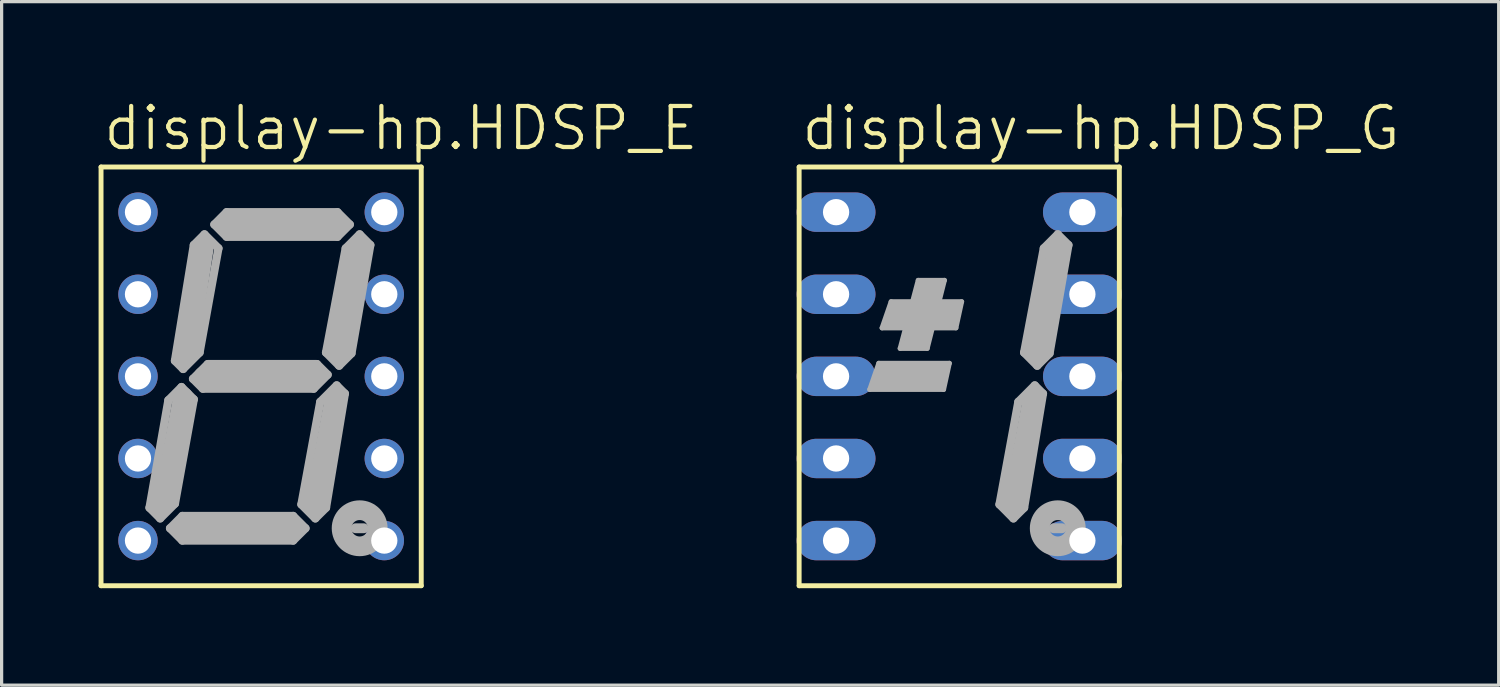
<source format=kicad_pcb>
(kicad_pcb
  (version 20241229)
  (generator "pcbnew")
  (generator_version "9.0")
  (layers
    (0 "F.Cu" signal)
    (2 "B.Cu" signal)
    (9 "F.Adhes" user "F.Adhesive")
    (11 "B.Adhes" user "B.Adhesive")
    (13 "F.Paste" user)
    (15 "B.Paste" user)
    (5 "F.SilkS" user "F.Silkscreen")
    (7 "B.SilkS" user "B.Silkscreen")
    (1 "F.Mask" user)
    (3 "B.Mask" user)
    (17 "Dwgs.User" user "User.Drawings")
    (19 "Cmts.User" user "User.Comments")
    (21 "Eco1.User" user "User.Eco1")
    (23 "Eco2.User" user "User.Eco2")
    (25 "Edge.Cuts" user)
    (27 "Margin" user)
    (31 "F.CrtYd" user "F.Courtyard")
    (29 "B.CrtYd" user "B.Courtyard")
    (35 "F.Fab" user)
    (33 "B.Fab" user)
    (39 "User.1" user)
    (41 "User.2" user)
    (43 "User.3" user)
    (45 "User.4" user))
  (footprint "display-hp.HDSP_G"
    (layer "F.Cu")
    (at 26.626 8.594)
    (property "Reference" "display-hp.HDSP_G" (at -4.953 -6.934 0) (layer "F.SilkS") (effects (font (size 1.27 1.27) (thickness 0.13)) (justify left bottom)))
    (attr through_hole)
    (fp_line (start -4.953 -6.477) (end 4.953 -6.477) (stroke (width 0.152) (type default)) (layer "F.SilkS"))
    (fp_line (start -4.953 6.477) (end -4.953 -6.477) (stroke (width 0.152) (type default)) (layer "F.SilkS"))
    (fp_line (start 4.953 -6.477) (end 4.953 6.477) (stroke (width 0.152) (type default)) (layer "F.SilkS"))
    (fp_line (start 4.953 6.477) (end -4.953 6.477) (stroke (width 0.152) (type default)) (layer "F.SilkS"))
    (fp_line (start -2.769 0.406) (end -0.483 0.406) (stroke (width 0.152) (type default)) (layer "F.Fab"))
    (fp_line (start -2.616 0.305) (end -2.388 0.305) (stroke (width 0.254) (type default)) (layer "F.Fab"))
    (fp_line (start -2.489 -0.406) (end -2.769 0.406) (stroke (width 0.152) (type default)) (layer "F.Fab"))
    (fp_line (start -2.388 -1.499) (end -0.102 -1.499) (stroke (width 0.152) (type default)) (layer "F.Fab"))
    (fp_line (start -2.388 -0.279) (end -2.616 0.305) (stroke (width 0.254) (type default)) (layer "F.Fab"))
    (fp_line (start -2.337 -0.279) (end -2.388 -0.279) (stroke (width 0.254) (type default)) (layer "F.Fab"))
    (fp_line (start -2.235 -1.626) (end -2.032 -2.21) (stroke (width 0.254) (type default)) (layer "F.Fab"))
    (fp_line (start -2.108 -2.311) (end -2.388 -1.499) (stroke (width 0.152) (type default)) (layer "F.Fab"))
    (fp_line (start -1.956 -1.626) (end -2.235 -1.626) (stroke (width 0.254) (type default)) (layer "F.Fab"))
    (fp_line (start -1.27 -2.972) (end -1.829 -0.864) (stroke (width 0.152) (type default)) (layer "F.Fab"))
    (fp_line (start -1.245 -2.692) (end -1.194 -2.845) (stroke (width 0.254) (type default)) (layer "F.Fab"))
    (fp_line (start -1.194 -2.845) (end -0.584 -2.845) (stroke (width 0.254) (type default)) (layer "F.Fab"))
    (fp_line (start -1.067 -0.991) (end -1.702 -0.991) (stroke (width 0.254) (type default)) (layer "F.Fab"))
    (fp_line (start -0.991 -0.864) (end -1.829 -0.864) (stroke (width 0.152) (type default)) (layer "F.Fab"))
    (fp_line (start -0.991 -0.864) (end -0.457 -2.972) (stroke (width 0.152) (type default)) (layer "F.Fab"))
    (fp_line (start -0.965 -2.565) (end -1.321 -1.245) (stroke (width 0.813) (type default)) (layer "F.Fab"))
    (fp_line (start -0.762 0) (end -2.21 0) (stroke (width 0.813) (type default)) (layer "F.Fab"))
    (fp_line (start -0.711 -0.305) (end -0.432 -0.305) (stroke (width 0.254) (type default)) (layer "F.Fab"))
    (fp_line (start -0.711 0.279) (end -0.584 0.279) (stroke (width 0.254) (type default)) (layer "F.Fab"))
    (fp_line (start -0.584 -2.845) (end -0.635 -2.692) (stroke (width 0.254) (type default)) (layer "F.Fab"))
    (fp_line (start -0.533 -1.905) (end -1.803 -1.905) (stroke (width 0.813) (type default)) (layer "F.Fab"))
    (fp_line (start -0.457 -2.972) (end -1.27 -2.972) (stroke (width 0.152) (type default)) (layer "F.Fab"))
    (fp_line (start -0.457 -2.184) (end -0.051 -2.184) (stroke (width 0.254) (type default)) (layer "F.Fab"))
    (fp_line (start -0.305 -0.406) (end -2.489 -0.406) (stroke (width 0.152) (type default)) (layer "F.Fab"))
    (fp_line (start -0.305 -0.406) (end -0.483 0.406) (stroke (width 0.152) (type default)) (layer "F.Fab"))
    (fp_line (start -0.178 -1.626) (end -0.33 -1.626) (stroke (width 0.254) (type default)) (layer "F.Fab"))
    (fp_line (start -0.051 -2.184) (end -0.178 -1.626) (stroke (width 0.254) (type default)) (layer "F.Fab"))
    (fp_line (start 0.076 -2.311) (end -2.108 -2.311) (stroke (width 0.152) (type default)) (layer "F.Fab"))
    (fp_line (start 0.076 -2.311) (end -0.102 -1.499) (stroke (width 0.152) (type default)) (layer "F.Fab"))
    (fp_line (start 1.245 3.962) (end 1.676 4.394) (stroke (width 0.254) (type default)) (layer "F.Fab"))
    (fp_line (start 1.651 3.937) (end 2.286 0.635) (stroke (width 0.61) (type default)) (layer "F.Fab"))
    (fp_line (start 1.676 4.394) (end 2.007 4.064) (stroke (width 0.254) (type default)) (layer "F.Fab"))
    (fp_line (start 1.829 0.787) (end 1.245 3.962) (stroke (width 0.254) (type default)) (layer "F.Fab"))
    (fp_line (start 2.007 -0.737) (end 2.413 -0.33) (stroke (width 0.254) (type default)) (layer "F.Fab"))
    (fp_line (start 2.007 4.064) (end 2.591 0.533) (stroke (width 0.254) (type default)) (layer "F.Fab"))
    (fp_line (start 2.337 0.279) (end 1.829 0.787) (stroke (width 0.254) (type default)) (layer "F.Fab"))
    (fp_line (start 2.413 -0.33) (end 2.794 -0.711) (stroke (width 0.254) (type default)) (layer "F.Fab"))
    (fp_line (start 2.591 0.533) (end 2.337 0.279) (stroke (width 0.254) (type default)) (layer "F.Fab"))
    (fp_line (start 2.616 -3.962) (end 2.007 -0.737) (stroke (width 0.254) (type default)) (layer "F.Fab"))
    (fp_line (start 2.794 -0.711) (end 3.378 -4.064) (stroke (width 0.254) (type default)) (layer "F.Fab"))
    (fp_line (start 2.921 4.699) (end 3.175 4.699) (stroke (width 0.305) (type default)) (layer "F.Fab"))
    (fp_line (start 3.048 -4.394) (end 2.616 -3.962) (stroke (width 0.254) (type default)) (layer "F.Fab"))
    (fp_line (start 3.048 -4.064) (end 2.413 -0.762) (stroke (width 0.61) (type default)) (layer "F.Fab"))
    (fp_line (start 3.378 -4.064) (end 3.048 -4.394) (stroke (width 0.254) (type default)) (layer "F.Fab"))
    (fp_circle (center 3.048 4.699) (end 3.302 4.699) (stroke (width 0.61) (type default)) (fill no) (layer "F.Fab"))
    (pad "1" thru_hole oval (at -3.81 -5.08) (size 2.438 1.219) (drill 0.813) (layers "*.Cu" "*.Mask"))
    (pad "2" thru_hole oval (at -3.81 -2.54) (size 2.438 1.219) (drill 0.813) (layers "*.Cu" "*.Mask"))
    (pad "3" thru_hole oval (at -3.81 0) (size 2.438 1.219) (drill 0.813) (layers "*.Cu" "*.Mask"))
    (pad "4" thru_hole oval (at -3.81 2.54) (size 2.438 1.219) (drill 0.813) (layers "*.Cu" "*.Mask"))
    (pad "5" thru_hole oval (at -3.81 5.08) (size 2.438 1.219) (drill 0.813) (layers "*.Cu" "*.Mask"))
    (pad "6" thru_hole oval (at 3.81 5.08) (size 2.438 1.219) (drill 0.813) (layers "*.Cu" "*.Mask"))
    (pad "7" thru_hole oval (at 3.81 2.54) (size 2.438 1.219) (drill 0.813) (layers "*.Cu" "*.Mask"))
    (pad "8" thru_hole oval (at 3.81 0) (size 2.438 1.219) (drill 0.813) (layers "*.Cu" "*.Mask"))
    (pad "9" thru_hole oval (at 3.81 -2.54) (size 2.438 1.219) (drill 0.813) (layers "*.Cu" "*.Mask"))
    (pad "10" thru_hole oval (at 3.81 -5.08) (size 2.438 1.219) (drill 0.813) (layers "*.Cu" "*.Mask")))
  (footprint "display-hp.HDSP_E"
    (layer "F.Cu")
    (at 5.029 8.594)
    (property "Reference" "display-hp.HDSP_E" (at -4.953 -6.934 0) (layer "F.SilkS") (effects (font (size 1.27 1.27) (thickness 0.13)) (justify left bottom)))
    (attr through_hole)
    (fp_line (start -4.953 -6.477) (end 4.953 -6.477) (stroke (width 0.152) (type default)) (layer "F.SilkS"))
    (fp_line (start -4.953 6.477) (end -4.953 -6.477) (stroke (width 0.152) (type default)) (layer "F.SilkS"))
    (fp_line (start 4.953 -6.477) (end 4.953 6.477) (stroke (width 0.152) (type default)) (layer "F.SilkS"))
    (fp_line (start 4.953 6.477) (end -4.953 6.477) (stroke (width 0.152) (type default)) (layer "F.SilkS"))
    (fp_line (start -3.454 4.064) (end -3.124 4.394) (stroke (width 0.254) (type default)) (layer "F.Fab"))
    (fp_line (start -3.124 4.394) (end -2.667 3.937) (stroke (width 0.254) (type default)) (layer "F.Fab"))
    (fp_line (start -2.87 0.737) (end -3.454 4.064) (stroke (width 0.254) (type default)) (layer "F.Fab"))
    (fp_line (start -2.819 4.699) (end -2.438 4.318) (stroke (width 0.254) (type default)) (layer "F.Fab"))
    (fp_line (start -2.667 -0.483) (end -2.083 -4.064) (stroke (width 0.254) (type default)) (layer "F.Fab"))
    (fp_line (start -2.667 3.937) (end -2.083 0.711) (stroke (width 0.254) (type default)) (layer "F.Fab"))
    (fp_line (start -2.464 0.33) (end -2.87 0.737) (stroke (width 0.254) (type default)) (layer "F.Fab"))
    (fp_line (start -2.464 0.33) (end -2.083 0.711) (stroke (width 0.254) (type default)) (layer "F.Fab"))
    (fp_line (start -2.438 4.318) (end 0.991 4.318) (stroke (width 0.254) (type default)) (layer "F.Fab"))
    (fp_line (start -2.438 5.08) (end -2.819 4.699) (stroke (width 0.254) (type default)) (layer "F.Fab"))
    (fp_line (start -2.413 -0.229) (end -2.667 -0.483) (stroke (width 0.254) (type default)) (layer "F.Fab"))
    (fp_line (start -2.413 0.635) (end -3.048 3.937) (stroke (width 0.61) (type default)) (layer "F.Fab"))
    (fp_line (start -2.413 4.699) (end 1.016 4.699) (stroke (width 0.61) (type default)) (layer "F.Fab"))
    (fp_line (start -2.286 -0.635) (end -1.778 -3.937) (stroke (width 0.61) (type default)) (layer "F.Fab"))
    (fp_line (start -2.108 0.076) (end -1.651 -0.381) (stroke (width 0.254) (type default)) (layer "F.Fab"))
    (fp_line (start -2.083 -4.064) (end -1.753 -4.394) (stroke (width 0.254) (type default)) (layer "F.Fab"))
    (fp_line (start -1.905 -0.737) (end -2.413 -0.229) (stroke (width 0.254) (type default)) (layer "F.Fab"))
    (fp_line (start -1.803 0.381) (end -2.108 0.076) (stroke (width 0.254) (type default)) (layer "F.Fab"))
    (fp_line (start -1.753 -4.394) (end -1.321 -3.962) (stroke (width 0.254) (type default)) (layer "F.Fab"))
    (fp_line (start -1.651 -0.381) (end 1.727 -0.381) (stroke (width 0.254) (type default)) (layer "F.Fab"))
    (fp_line (start -1.448 -4.699) (end -1.067 -5.08) (stroke (width 0.254) (type default)) (layer "F.Fab"))
    (fp_line (start -1.321 -3.962) (end -1.905 -0.737) (stroke (width 0.254) (type default)) (layer "F.Fab"))
    (fp_line (start -1.067 -5.08) (end 2.362 -5.08) (stroke (width 0.254) (type default)) (layer "F.Fab"))
    (fp_line (start -1.067 -4.318) (end -1.448 -4.699) (stroke (width 0.254) (type default)) (layer "F.Fab"))
    (fp_line (start -1.016 -4.699) (end 2.413 -4.699) (stroke (width 0.61) (type default)) (layer "F.Fab"))
    (fp_line (start 0.991 4.318) (end 1.372 4.699) (stroke (width 0.254) (type default)) (layer "F.Fab"))
    (fp_line (start 0.991 5.08) (end -2.438 5.08) (stroke (width 0.254) (type default)) (layer "F.Fab"))
    (fp_line (start 1.245 3.962) (end 1.676 4.394) (stroke (width 0.254) (type default)) (layer "F.Fab"))
    (fp_line (start 1.372 4.699) (end 0.991 5.08) (stroke (width 0.254) (type default)) (layer "F.Fab"))
    (fp_line (start 1.626 0.381) (end -1.803 0.381) (stroke (width 0.254) (type default)) (layer "F.Fab"))
    (fp_line (start 1.651 0) (end -1.778 0) (stroke (width 0.61) (type default)) (layer "F.Fab"))
    (fp_line (start 1.651 3.937) (end 2.286 0.635) (stroke (width 0.61) (type default)) (layer "F.Fab"))
    (fp_line (start 1.676 4.394) (end 2.007 4.064) (stroke (width 0.254) (type default)) (layer "F.Fab"))
    (fp_line (start 1.727 -0.381) (end 2.057 -0.051) (stroke (width 0.254) (type default)) (layer "F.Fab"))
    (fp_line (start 1.829 0.787) (end 1.245 3.962) (stroke (width 0.254) (type default)) (layer "F.Fab"))
    (fp_line (start 2.007 -0.737) (end 2.413 -0.33) (stroke (width 0.254) (type default)) (layer "F.Fab"))
    (fp_line (start 2.007 4.064) (end 2.591 0.533) (stroke (width 0.254) (type default)) (layer "F.Fab"))
    (fp_line (start 2.057 -0.051) (end 1.626 0.381) (stroke (width 0.254) (type default)) (layer "F.Fab"))
    (fp_line (start 2.337 0.279) (end 1.829 0.787) (stroke (width 0.254) (type default)) (layer "F.Fab"))
    (fp_line (start 2.362 -5.08) (end 2.743 -4.699) (stroke (width 0.254) (type default)) (layer "F.Fab"))
    (fp_line (start 2.362 -4.318) (end -1.067 -4.318) (stroke (width 0.254) (type default)) (layer "F.Fab"))
    (fp_line (start 2.413 -0.33) (end 2.794 -0.711) (stroke (width 0.254) (type default)) (layer "F.Fab"))
    (fp_line (start 2.591 0.533) (end 2.337 0.279) (stroke (width 0.254) (type default)) (layer "F.Fab"))
    (fp_line (start 2.616 -3.962) (end 2.007 -0.737) (stroke (width 0.254) (type default)) (layer "F.Fab"))
    (fp_line (start 2.743 -4.699) (end 2.362 -4.318) (stroke (width 0.254) (type default)) (layer "F.Fab"))
    (fp_line (start 2.794 -0.711) (end 3.378 -4.064) (stroke (width 0.254) (type default)) (layer "F.Fab"))
    (fp_line (start 2.921 4.699) (end 3.175 4.699) (stroke (width 0.305) (type default)) (layer "F.Fab"))
    (fp_line (start 3.048 -4.394) (end 2.616 -3.962) (stroke (width 0.254) (type default)) (layer "F.Fab"))
    (fp_line (start 3.048 -4.064) (end 2.413 -0.762) (stroke (width 0.61) (type default)) (layer "F.Fab"))
    (fp_line (start 3.378 -4.064) (end 3.048 -4.394) (stroke (width 0.254) (type default)) (layer "F.Fab"))
    (fp_circle (center 3.048 4.699) (end 3.302 4.699) (stroke (width 0.61) (type default)) (fill no) (layer "F.Fab"))
    (pad "1" thru_hole circle (at -3.81 -5.08) (size 1.219 1.219) (drill 0.813) (layers "*.Cu" "*.Mask"))
    (pad "2" thru_hole circle (at -3.81 -2.54) (size 1.219 1.219) (drill 0.813) (layers "*.Cu" "*.Mask"))
    (pad "3" thru_hole circle (at -3.81 0) (size 1.219 1.219) (drill 0.813) (layers "*.Cu" "*.Mask"))
    (pad "4" thru_hole circle (at -3.81 2.54) (size 1.219 1.219) (drill 0.813) (layers "*.Cu" "*.Mask"))
    (pad "5" thru_hole circle (at -3.81 5.08) (size 1.219 1.219) (drill 0.813) (layers "*.Cu" "*.Mask"))
    (pad "6" thru_hole circle (at 3.81 5.08) (size 1.219 1.219) (drill 0.813) (layers "*.Cu" "*.Mask"))
    (pad "7" thru_hole circle (at 3.81 2.54) (size 1.219 1.219) (drill 0.813) (layers "*.Cu" "*.Mask"))
    (pad "8" thru_hole circle (at 3.81 0) (size 1.219 1.219) (drill 0.813) (layers "*.Cu" "*.Mask"))
    (pad "9" thru_hole circle (at 3.81 -2.54) (size 1.219 1.219) (drill 0.813) (layers "*.Cu" "*.Mask"))
    (pad "10" thru_hole circle (at 3.81 -5.08) (size 1.219 1.219) (drill 0.813) (layers "*.Cu" "*.Mask")))
  (gr_rect
    (start -3 -3)
    (end 43.315 18.147)
    (stroke (width 0.1) (type default))
    (fill no)
    (layer "Edge.Cuts")))
</source>
